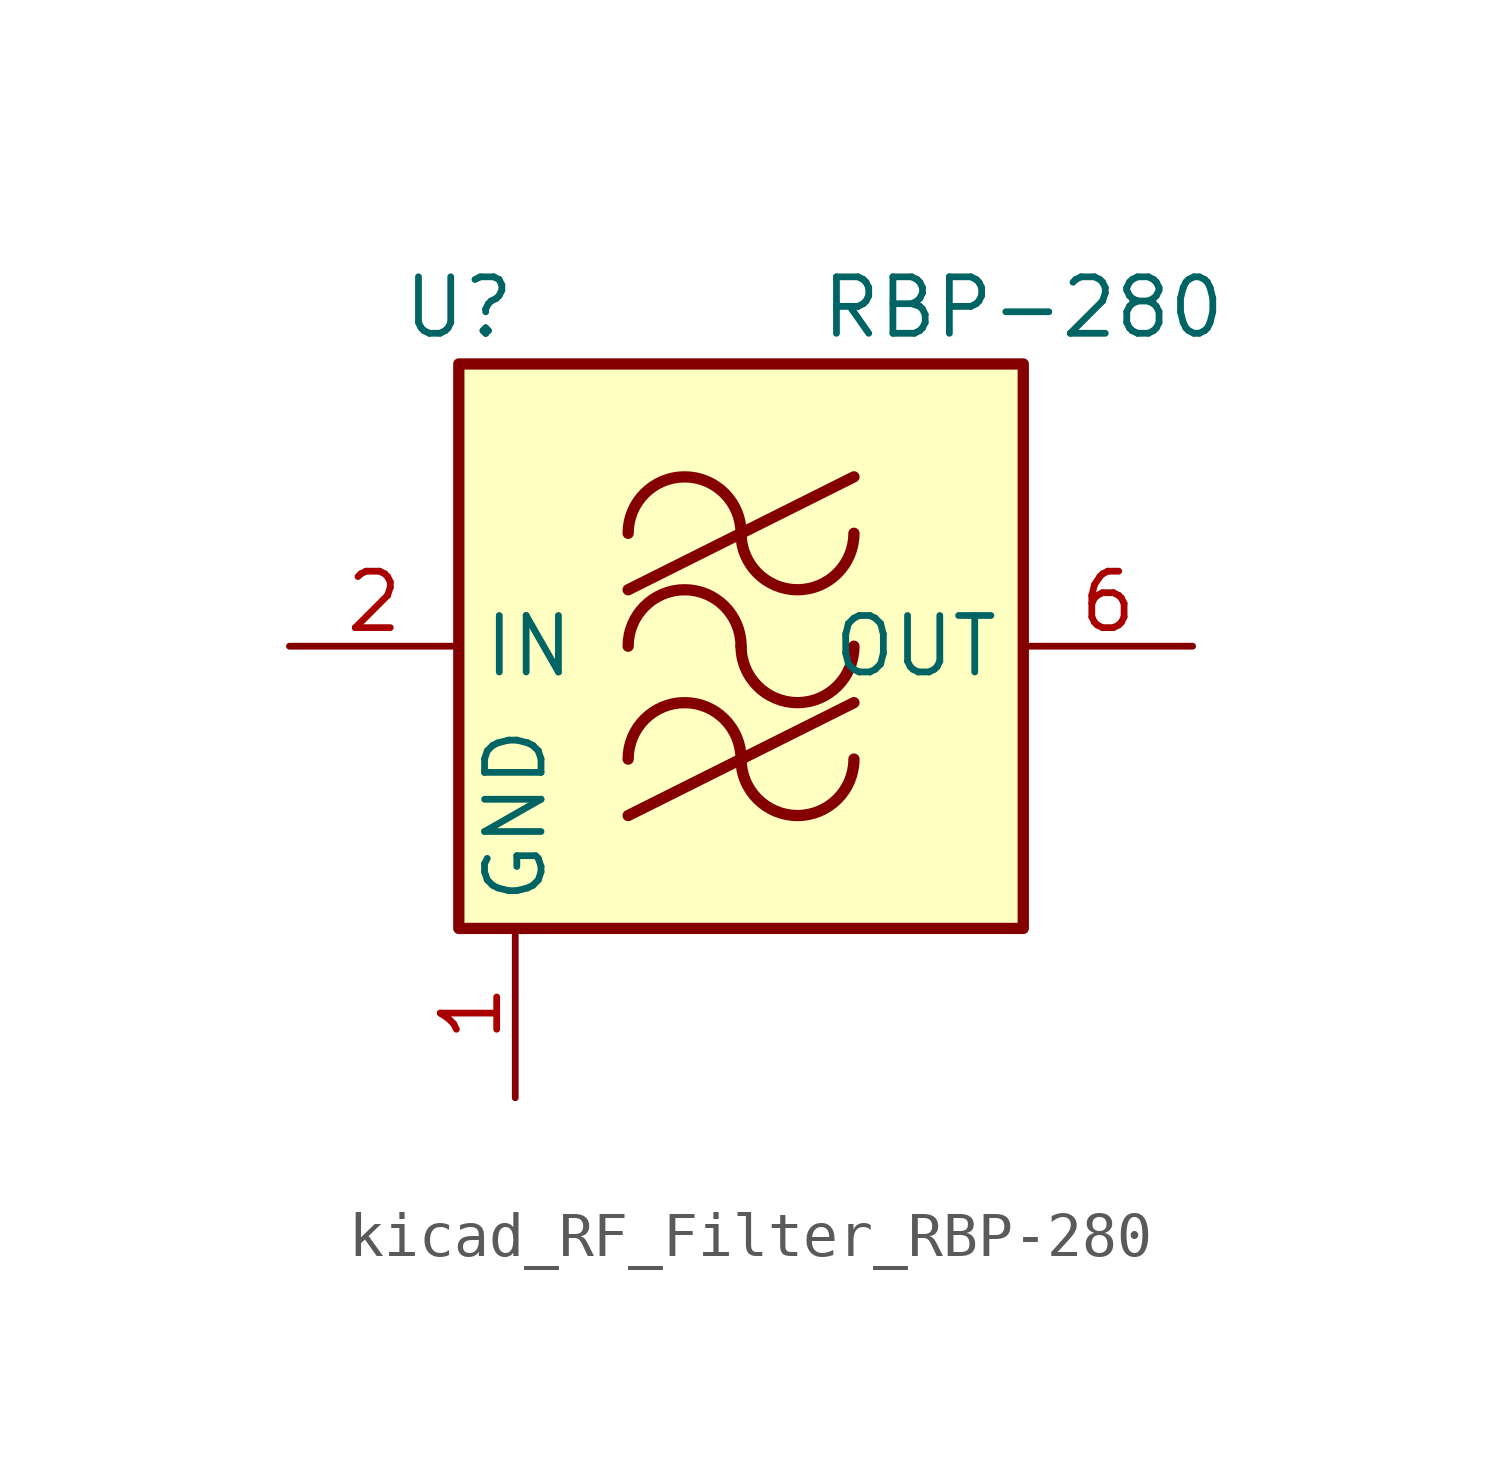
<source format=kicad_sym>
(kicad_symbol_lib
  (version 20220914)
  (generator kicad_symbol_editor)
  (symbol "kicad_RF_Filter_RBP-280"
    (property "Reference" "U"
      (at -6.35 7.62 0)
      (effects (font (size 1.27 1.27))))
    (property "Value" "RBP-280"
      (at 6.35 7.62 0)
      (effects (font (size 1.27 1.27))))
    (symbol "kicad_RF_Filter_RBP-280_0_1"
      (rectangle (start -6.35 6.35) (end 6.35 -6.35) (stroke (width 0.254) (type default)) (fill (type background)))
      (arc (start 0 -2.54) (mid -1.27 -1.2755) (end -2.54 -2.54) (stroke (width 0.254) (type default)) (fill (type none)))
      (arc (start 0 -2.54) (mid 1.27 -3.8045) (end 2.54 -2.54) (stroke (width 0.254) (type default)) (fill (type none)))
      (arc (start 0 0) (mid -1.27 1.2645) (end -2.54 0) (stroke (width 0.254) (type default)) (fill (type none)))
      (polyline (pts (xy -2.54 -3.81) (xy 2.54 -1.27)) (stroke (width 0.254) (type default)) (fill (type none)))
      (polyline (pts (xy -2.54 1.27) (xy 2.54 3.81)) (stroke (width 0.254) (type default)) (fill (type none)))
      (arc (start 0 0) (mid 1.27 -1.2645) (end 2.54 0) (stroke (width 0.254) (type default)) (fill (type none)))
      (arc (start 0 2.54) (mid -1.27 3.8045) (end -2.54 2.54) (stroke (width 0.254) (type default)) (fill (type none)))
      (arc (start 0 2.54) (mid 1.27 1.2755) (end 2.54 2.54) (stroke (width 0.254) (type default)) (fill (type none))))
    (symbol "kicad_RF_Filter_RBP-280_1_1"
      (pin power_in line (at -5.08 -10.16 90) (length 3.81) (name "GND" (effects (font (size 1.27 1.27)))) (number "1" (effects (font (size 1.27 1.27)))))
      (pin input line (at -10.16 0 0) (length 3.81) (name "IN" (effects (font (size 1.27 1.27)))) (number "2" (effects (font (size 1.27 1.27)))))
      (pin passive line (at -5.08 -10.16 90) (length 3.81) hide (name "GND" (effects (font (size 1.27 1.27)))) (number "3" (effects (font (size 1.27 1.27)))))
      (pin passive line (at -5.08 -10.16 90) (length 3.81) hide (name "GND" (effects (font (size 1.27 1.27)))) (number "4" (effects (font (size 1.27 1.27)))))
      (pin passive line (at -5.08 -10.16 90) (length 3.81) hide (name "GND" (effects (font (size 1.27 1.27)))) (number "5" (effects (font (size 1.27 1.27)))))
      (pin output line (at 10.16 0 180) (length 3.81) (name "OUT" (effects (font (size 1.27 1.27)))) (number "6" (effects (font (size 1.27 1.27)))))
      (pin passive line (at -5.08 -10.16 90) (length 3.81) hide (name "GND" (effects (font (size 1.27 1.27)))) (number "7" (effects (font (size 1.27 1.27)))))
      (pin passive line (at -5.08 -10.16 90) (length 3.81) hide (name "GND" (effects (font (size 1.27 1.27)))) (number "8" (effects (font (size 1.27 1.27))))))))
</source>
